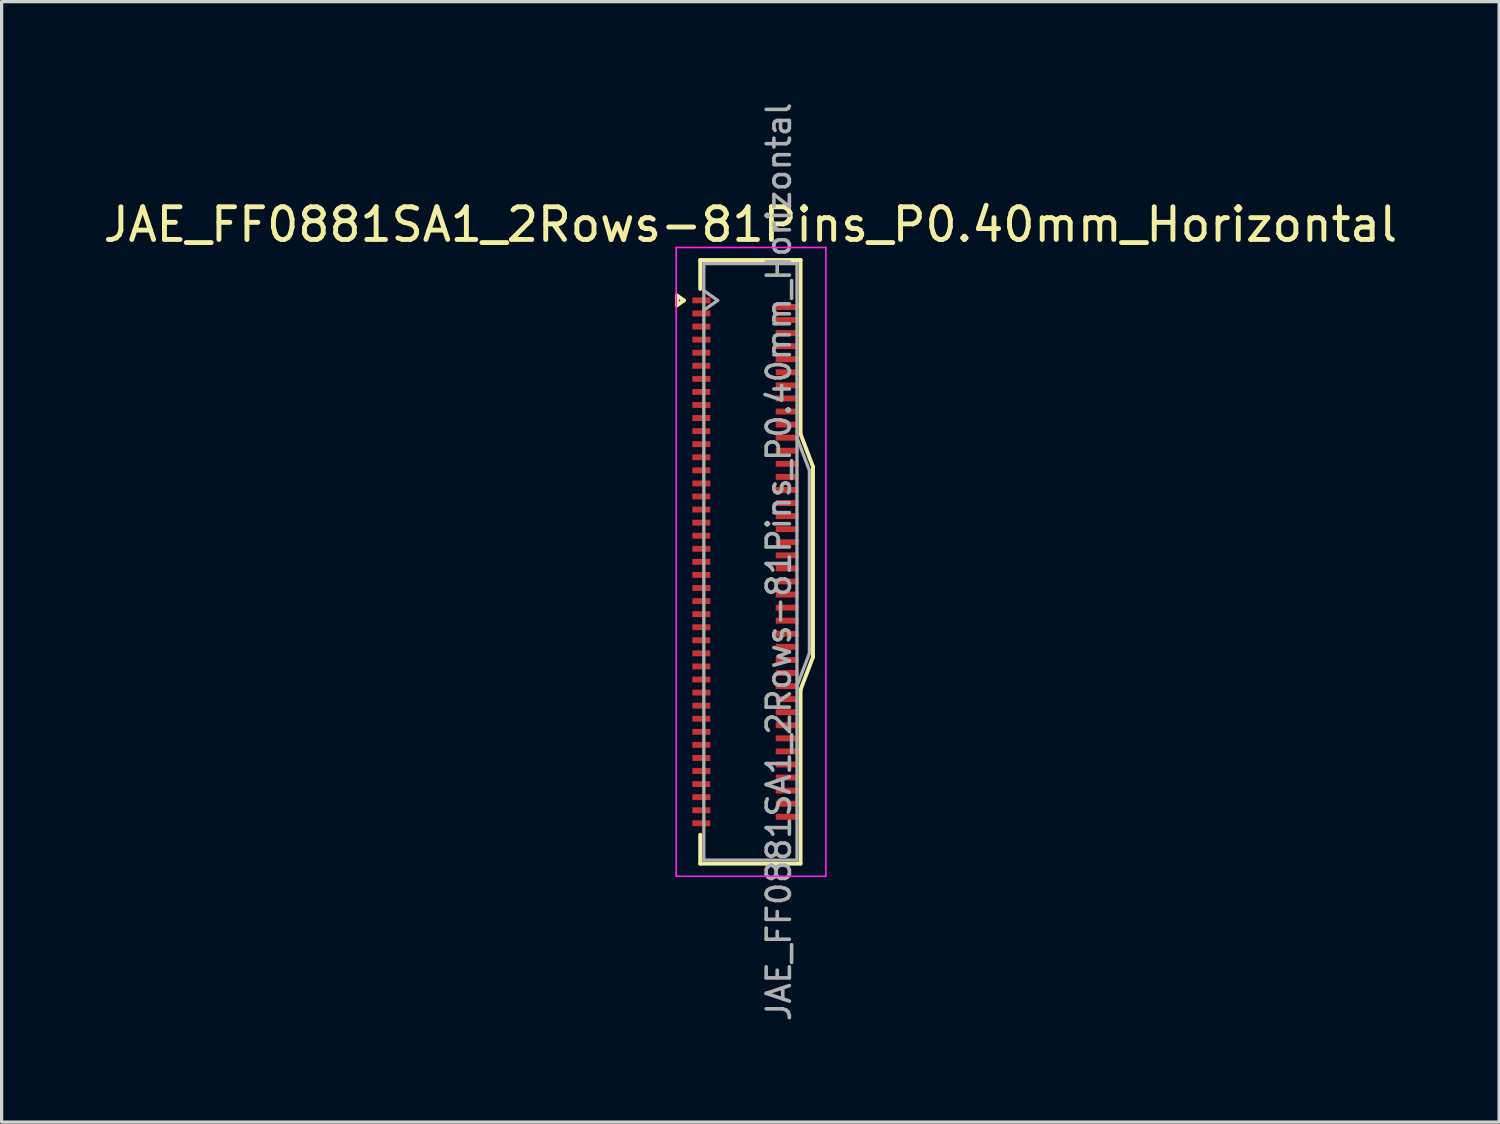
<source format=kicad_pcb>
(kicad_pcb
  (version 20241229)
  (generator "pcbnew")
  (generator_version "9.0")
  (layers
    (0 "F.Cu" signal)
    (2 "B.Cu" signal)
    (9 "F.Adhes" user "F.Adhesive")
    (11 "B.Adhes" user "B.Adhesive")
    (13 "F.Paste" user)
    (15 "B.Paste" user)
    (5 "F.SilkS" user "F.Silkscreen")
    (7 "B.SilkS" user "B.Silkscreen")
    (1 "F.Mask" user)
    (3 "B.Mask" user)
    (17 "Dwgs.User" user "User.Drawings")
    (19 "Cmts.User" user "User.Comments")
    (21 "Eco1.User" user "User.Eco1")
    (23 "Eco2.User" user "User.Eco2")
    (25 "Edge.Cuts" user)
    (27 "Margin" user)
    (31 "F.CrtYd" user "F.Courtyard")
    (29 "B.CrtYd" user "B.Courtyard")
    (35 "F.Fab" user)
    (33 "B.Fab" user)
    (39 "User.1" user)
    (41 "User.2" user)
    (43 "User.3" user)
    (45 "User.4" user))
  (footprint "JAE_FF0881SA1_2Rows-81Pins_P0.40mm_Horizontal"
    (layer "F.Cu")
    (at 19.761 14.142)
    (property "Reference" "JAE_FF0881SA1_2Rows-81Pins_P0.40mm_Horizontal" (at 0.15 -10.32 0) (layer "F.SilkS") (effects (font (size 1 1) (thickness 0.15))))
    (attr smd)
    (fp_line (start -2.097 -8.15) (end -1.885 -8) (stroke (width 0.12) (type solid)) (layer "F.SilkS"))
    (fp_line (start -2.097 -7.85) (end -2.097 -8.15) (stroke (width 0.12) (type solid)) (layer "F.SilkS"))
    (fp_line (start -1.885 -8) (end -2.097 -7.85) (stroke (width 0.12) (type solid)) (layer "F.SilkS"))
    (fp_line (start -1.385 -9.235) (end 1.685 -9.235) (stroke (width 0.12) (type solid)) (layer "F.SilkS"))
    (fp_line (start -1.385 -8.35) (end -1.385 -9.235) (stroke (width 0.12) (type solid)) (layer "F.SilkS"))
    (fp_line (start -1.385 8.35) (end -1.385 9.235) (stroke (width 0.12) (type solid)) (layer "F.SilkS"))
    (fp_line (start -1.385 9.235) (end 1.685 9.235) (stroke (width 0.12) (type solid)) (layer "F.SilkS"))
    (fp_line (start 1.685 -9.235) (end 1.685 -3.91) (stroke (width 0.12) (type solid)) (layer "F.SilkS"))
    (fp_line (start 1.685 -3.91) (end 2.065 -2.91) (stroke (width 0.12) (type solid)) (layer "F.SilkS"))
    (fp_line (start 1.685 3.91) (end 2.065 2.91) (stroke (width 0.12) (type solid)) (layer "F.SilkS"))
    (fp_line (start 1.685 9.235) (end 1.685 3.91) (stroke (width 0.12) (type solid)) (layer "F.SilkS"))
    (fp_line (start 2.065 -2.91) (end 2.065 0) (stroke (width 0.12) (type solid)) (layer "F.SilkS"))
    (fp_line (start 2.065 2.91) (end 2.065 0) (stroke (width 0.12) (type solid)) (layer "F.SilkS"))
    (fp_line (start -2.12 -9.62) (end -2.12 9.62) (stroke (width 0.05) (type solid)) (layer "F.CrtYd"))
    (fp_line (start -2.12 9.62) (end 2.46 9.62) (stroke (width 0.05) (type solid)) (layer "F.CrtYd"))
    (fp_line (start 2.46 -9.62) (end -2.12 -9.62) (stroke (width 0.05) (type solid)) (layer "F.CrtYd"))
    (fp_line (start 2.46 9.62) (end 2.46 -9.62) (stroke (width 0.05) (type solid)) (layer "F.CrtYd"))
    (fp_line (start -1.275 -9.125) (end -1.275 9.125) (stroke (width 0.1) (type solid)) (layer "F.Fab"))
    (fp_line (start -1.275 -8.3) (end -0.851 -8) (stroke (width 0.1) (type solid)) (layer "F.Fab"))
    (fp_line (start -1.275 9.125) (end 1.575 9.125) (stroke (width 0.1) (type solid)) (layer "F.Fab"))
    (fp_line (start -0.851 -8) (end -1.275 -7.7) (stroke (width 0.1) (type solid)) (layer "F.Fab"))
    (fp_line (start 1.575 -9.125) (end -1.275 -9.125) (stroke (width 0.1) (type solid)) (layer "F.Fab"))
    (fp_line (start 1.575 -3.8) (end 1.955 -2.8) (stroke (width 0.1) (type solid)) (layer "F.Fab"))
    (fp_line (start 1.575 9.125) (end 1.575 -9.125) (stroke (width 0.1) (type solid)) (layer "F.Fab"))
    (fp_line (start 1.955 -2.8) (end 1.955 2.8) (stroke (width 0.1) (type solid)) (layer "F.Fab"))
    (fp_line (start 1.955 2.8) (end 1.575 3.8) (stroke (width 0.1) (type solid)) (layer "F.Fab"))
    (fp_text user "${REFERENCE}" (at 1.02 0 90) (layer "F.Fab") (effects (font (size 0.71 0.71) (thickness 0.11))))
    (pad "1" smd rect (at -1.35 -8) (size 0.55 0.18) (layers "F.Cu" "F.Mask" "F.Paste"))
    (pad "2" smd rect (at 1.275 -7.8) (size 0.7 0.18) (layers "F.Cu" "F.Mask" "F.Paste"))
    (pad "3" smd rect (at -1.35 -7.6) (size 0.55 0.18) (layers "F.Cu" "F.Mask" "F.Paste"))
    (pad "4" smd rect (at 1.275 -7.4) (size 0.7 0.18) (layers "F.Cu" "F.Mask" "F.Paste"))
    (pad "5" smd rect (at -1.35 -7.2) (size 0.55 0.18) (layers "F.Cu" "F.Mask" "F.Paste"))
    (pad "6" smd rect (at 1.275 -7) (size 0.7 0.18) (layers "F.Cu" "F.Mask" "F.Paste"))
    (pad "7" smd rect (at -1.35 -6.8) (size 0.55 0.18) (layers "F.Cu" "F.Mask" "F.Paste"))
    (pad "8" smd rect (at 1.275 -6.6) (size 0.7 0.18) (layers "F.Cu" "F.Mask" "F.Paste"))
    (pad "9" smd rect (at -1.35 -6.4) (size 0.55 0.18) (layers "F.Cu" "F.Mask" "F.Paste"))
    (pad "10" smd rect (at 1.275 -6.2) (size 0.7 0.18) (layers "F.Cu" "F.Mask" "F.Paste"))
    (pad "11" smd rect (at -1.35 -6) (size 0.55 0.18) (layers "F.Cu" "F.Mask" "F.Paste"))
    (pad "12" smd rect (at 1.275 -5.8) (size 0.7 0.18) (layers "F.Cu" "F.Mask" "F.Paste"))
    (pad "13" smd rect (at -1.35 -5.6) (size 0.55 0.18) (layers "F.Cu" "F.Mask" "F.Paste"))
    (pad "14" smd rect (at 1.275 -5.4) (size 0.7 0.18) (layers "F.Cu" "F.Mask" "F.Paste"))
    (pad "15" smd rect (at -1.35 -5.2) (size 0.55 0.18) (layers "F.Cu" "F.Mask" "F.Paste"))
    (pad "16" smd rect (at 1.275 -5) (size 0.7 0.18) (layers "F.Cu" "F.Mask" "F.Paste"))
    (pad "17" smd rect (at -1.35 -4.8) (size 0.55 0.18) (layers "F.Cu" "F.Mask" "F.Paste"))
    (pad "18" smd rect (at 1.275 -4.6) (size 0.7 0.18) (layers "F.Cu" "F.Mask" "F.Paste"))
    (pad "19" smd rect (at -1.35 -4.4) (size 0.55 0.18) (layers "F.Cu" "F.Mask" "F.Paste"))
    (pad "20" smd rect (at 1.275 -4.2) (size 0.7 0.18) (layers "F.Cu" "F.Mask" "F.Paste"))
    (pad "21" smd rect (at -1.35 -4) (size 0.55 0.18) (layers "F.Cu" "F.Mask" "F.Paste"))
    (pad "22" smd rect (at 1.275 -3.8) (size 0.7 0.18) (layers "F.Cu" "F.Mask" "F.Paste"))
    (pad "23" smd rect (at -1.35 -3.6) (size 0.55 0.18) (layers "F.Cu" "F.Mask" "F.Paste"))
    (pad "24" smd rect (at 1.275 -3.4) (size 0.7 0.18) (layers "F.Cu" "F.Mask" "F.Paste"))
    (pad "25" smd rect (at -1.35 -3.2) (size 0.55 0.18) (layers "F.Cu" "F.Mask" "F.Paste"))
    (pad "26" smd rect (at 1.275 -3) (size 0.7 0.18) (layers "F.Cu" "F.Mask" "F.Paste"))
    (pad "27" smd rect (at -1.35 -2.8) (size 0.55 0.18) (layers "F.Cu" "F.Mask" "F.Paste"))
    (pad "28" smd rect (at 1.275 -2.6) (size 0.7 0.18) (layers "F.Cu" "F.Mask" "F.Paste"))
    (pad "29" smd rect (at -1.35 -2.4) (size 0.55 0.18) (layers "F.Cu" "F.Mask" "F.Paste"))
    (pad "30" smd rect (at 1.275 -2.2) (size 0.7 0.18) (layers "F.Cu" "F.Mask" "F.Paste"))
    (pad "31" smd rect (at -1.35 -2) (size 0.55 0.18) (layers "F.Cu" "F.Mask" "F.Paste"))
    (pad "32" smd rect (at 1.275 -1.8) (size 0.7 0.18) (layers "F.Cu" "F.Mask" "F.Paste"))
    (pad "33" smd rect (at -1.35 -1.6) (size 0.55 0.18) (layers "F.Cu" "F.Mask" "F.Paste"))
    (pad "34" smd rect (at 1.275 -1.4) (size 0.7 0.18) (layers "F.Cu" "F.Mask" "F.Paste"))
    (pad "35" smd rect (at -1.35 -1.2) (size 0.55 0.18) (layers "F.Cu" "F.Mask" "F.Paste"))
    (pad "36" smd rect (at 1.275 -1) (size 0.7 0.18) (layers "F.Cu" "F.Mask" "F.Paste"))
    (pad "37" smd rect (at -1.35 -0.8) (size 0.55 0.18) (layers "F.Cu" "F.Mask" "F.Paste"))
    (pad "38" smd rect (at 1.275 -0.6) (size 0.7 0.18) (layers "F.Cu" "F.Mask" "F.Paste"))
    (pad "39" smd rect (at -1.35 -0.4) (size 0.55 0.18) (layers "F.Cu" "F.Mask" "F.Paste"))
    (pad "40" smd rect (at 1.275 -0.2) (size 0.7 0.18) (layers "F.Cu" "F.Mask" "F.Paste"))
    (pad "41" smd rect (at -1.35 0) (size 0.55 0.18) (layers "F.Cu" "F.Mask" "F.Paste"))
    (pad "42" smd rect (at 1.275 0.2) (size 0.7 0.18) (layers "F.Cu" "F.Mask" "F.Paste"))
    (pad "43" smd rect (at -1.35 0.4) (size 0.55 0.18) (layers "F.Cu" "F.Mask" "F.Paste"))
    (pad "44" smd rect (at 1.275 0.6) (size 0.7 0.18) (layers "F.Cu" "F.Mask" "F.Paste"))
    (pad "45" smd rect (at -1.35 0.8) (size 0.55 0.18) (layers "F.Cu" "F.Mask" "F.Paste"))
    (pad "46" smd rect (at 1.275 1) (size 0.7 0.18) (layers "F.Cu" "F.Mask" "F.Paste"))
    (pad "47" smd rect (at -1.35 1.2) (size 0.55 0.18) (layers "F.Cu" "F.Mask" "F.Paste"))
    (pad "48" smd rect (at 1.275 1.4) (size 0.7 0.18) (layers "F.Cu" "F.Mask" "F.Paste"))
    (pad "49" smd rect (at -1.35 1.6) (size 0.55 0.18) (layers "F.Cu" "F.Mask" "F.Paste"))
    (pad "50" smd rect (at 1.275 1.8) (size 0.7 0.18) (layers "F.Cu" "F.Mask" "F.Paste"))
    (pad "51" smd rect (at -1.35 2) (size 0.55 0.18) (layers "F.Cu" "F.Mask" "F.Paste"))
    (pad "52" smd rect (at 1.275 2.2) (size 0.7 0.18) (layers "F.Cu" "F.Mask" "F.Paste"))
    (pad "53" smd rect (at -1.35 2.4) (size 0.55 0.18) (layers "F.Cu" "F.Mask" "F.Paste"))
    (pad "54" smd rect (at 1.275 2.6) (size 0.7 0.18) (layers "F.Cu" "F.Mask" "F.Paste"))
    (pad "55" smd rect (at -1.35 2.8) (size 0.55 0.18) (layers "F.Cu" "F.Mask" "F.Paste"))
    (pad "56" smd rect (at 1.275 3) (size 0.7 0.18) (layers "F.Cu" "F.Mask" "F.Paste"))
    (pad "57" smd rect (at -1.35 3.2) (size 0.55 0.18) (layers "F.Cu" "F.Mask" "F.Paste"))
    (pad "58" smd rect (at 1.275 3.4) (size 0.7 0.18) (layers "F.Cu" "F.Mask" "F.Paste"))
    (pad "59" smd rect (at -1.35 3.6) (size 0.55 0.18) (layers "F.Cu" "F.Mask" "F.Paste"))
    (pad "60" smd rect (at 1.275 3.8) (size 0.7 0.18) (layers "F.Cu" "F.Mask" "F.Paste"))
    (pad "61" smd rect (at -1.35 4) (size 0.55 0.18) (layers "F.Cu" "F.Mask" "F.Paste"))
    (pad "62" smd rect (at 1.275 4.2) (size 0.7 0.18) (layers "F.Cu" "F.Mask" "F.Paste"))
    (pad "63" smd rect (at -1.35 4.4) (size 0.55 0.18) (layers "F.Cu" "F.Mask" "F.Paste"))
    (pad "64" smd rect (at 1.275 4.6) (size 0.7 0.18) (layers "F.Cu" "F.Mask" "F.Paste"))
    (pad "65" smd rect (at -1.35 4.8) (size 0.55 0.18) (layers "F.Cu" "F.Mask" "F.Paste"))
    (pad "66" smd rect (at 1.275 5) (size 0.7 0.18) (layers "F.Cu" "F.Mask" "F.Paste"))
    (pad "67" smd rect (at -1.35 5.2) (size 0.55 0.18) (layers "F.Cu" "F.Mask" "F.Paste"))
    (pad "68" smd rect (at 1.275 5.4) (size 0.7 0.18) (layers "F.Cu" "F.Mask" "F.Paste"))
    (pad "69" smd rect (at -1.35 5.6) (size 0.55 0.18) (layers "F.Cu" "F.Mask" "F.Paste"))
    (pad "70" smd rect (at 1.275 5.8) (size 0.7 0.18) (layers "F.Cu" "F.Mask" "F.Paste"))
    (pad "71" smd rect (at -1.35 6) (size 0.55 0.18) (layers "F.Cu" "F.Mask" "F.Paste"))
    (pad "72" smd rect (at 1.275 6.2) (size 0.7 0.18) (layers "F.Cu" "F.Mask" "F.Paste"))
    (pad "73" smd rect (at -1.35 6.4) (size 0.55 0.18) (layers "F.Cu" "F.Mask" "F.Paste"))
    (pad "74" smd rect (at 1.275 6.6) (size 0.7 0.18) (layers "F.Cu" "F.Mask" "F.Paste"))
    (pad "75" smd rect (at -1.35 6.8) (size 0.55 0.18) (layers "F.Cu" "F.Mask" "F.Paste"))
    (pad "76" smd rect (at 1.275 7) (size 0.7 0.18) (layers "F.Cu" "F.Mask" "F.Paste"))
    (pad "77" smd rect (at -1.35 7.2) (size 0.55 0.18) (layers "F.Cu" "F.Mask" "F.Paste"))
    (pad "78" smd rect (at 1.275 7.4) (size 0.7 0.18) (layers "F.Cu" "F.Mask" "F.Paste"))
    (pad "79" smd rect (at -1.35 7.6) (size 0.55 0.18) (layers "F.Cu" "F.Mask" "F.Paste"))
    (pad "80" smd rect (at 1.275 7.8) (size 0.7 0.18) (layers "F.Cu" "F.Mask" "F.Paste"))
    (pad "81" smd rect (at -1.35 8) (size 0.55 0.18) (layers "F.Cu" "F.Mask" "F.Paste")))
  (gr_rect
    (start -3 -3)
    (end 42.821 31.284)
    (stroke (width 0.1) (type default))
    (fill no)
    (layer "Edge.Cuts")))
</source>
